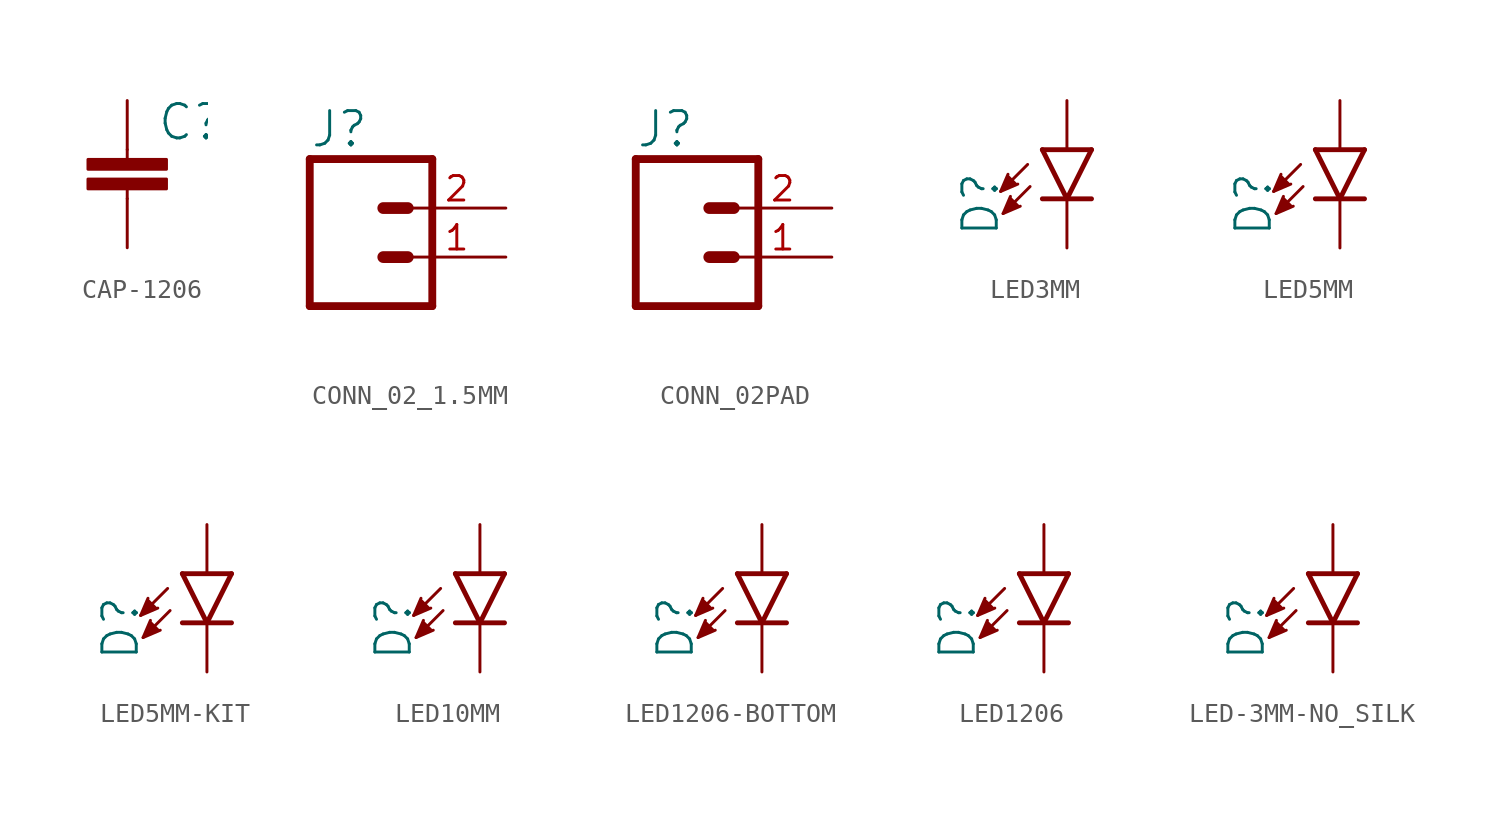
<source format=kicad_sym>
(kicad_symbol_lib
  (version 20231120)
  (generator "kicad_symbol_editor")
  (generator_version "8.0")
  (symbol "CAP-1206"
    (property "Reference" "C"
      (at 1.524 2.921 0)
      (effects (font (size 1.778 1.778)) (justify left bottom)))
    (property "Value" ""
      (at 1.524 -2.159 0)
      (effects (font (size 1.778 1.778)) (justify left bottom)))
    (property "ki_locked" ""
      (at 0 0 0)
      (effects (font (size 1.27 1.27))))
    (symbol "CAP-1206_1_0"
      (rectangle (start -2.032 0.508) (end 2.032 1.016) (stroke (width 0) (type default)) (fill (type outline)))
      (rectangle (start -2.032 1.524) (end 2.032 2.032) (stroke (width 0) (type default)) (fill (type outline)))
      (polyline (pts (xy 0 0) (xy 0 0.508)) (stroke (width 0.152) (type solid)) (fill (type none)))
      (polyline (pts (xy 0 2.54) (xy 0 2.032)) (stroke (width 0.152) (type solid)) (fill (type none)))
      (pin passive line (at 0 5.08 270) (length 2.54) (name "1" (effects (font (size 0 0)))) (number "1" (effects (font (size 0 0)))))
      (pin passive line (at 0 -2.54 90) (length 2.54) (name "2" (effects (font (size 0 0)))) (number "2" (effects (font (size 0 0)))))))
  (symbol "CONN_02_1.5MM"
    (property "Reference" "J"
      (at -2.54 5.588 0)
      (effects (font (size 1.778 1.778)) (justify left bottom)))
    (property "Value" ""
      (at -2.54 -4.826 0)
      (effects (font (size 1.778 1.778)) (justify left bottom)))
    (property "ki_locked" ""
      (at 0 0 0)
      (effects (font (size 1.27 1.27))))
    (symbol "CONN_02_1.5MM_1_0"
      (polyline (pts (xy -2.54 5.08) (xy -2.54 -2.54)) (stroke (width 0.406) (type solid)) (fill (type none)))
      (polyline (pts (xy -2.54 5.08) (xy 3.81 5.08)) (stroke (width 0.406) (type solid)) (fill (type none)))
      (polyline (pts (xy 1.27 0) (xy 2.54 0)) (stroke (width 0.61) (type solid)) (fill (type none)))
      (polyline (pts (xy 1.27 2.54) (xy 2.54 2.54)) (stroke (width 0.61) (type solid)) (fill (type none)))
      (polyline (pts (xy 3.81 -2.54) (xy -2.54 -2.54)) (stroke (width 0.406) (type solid)) (fill (type none)))
      (polyline (pts (xy 3.81 -2.54) (xy 3.81 5.08)) (stroke (width 0.406) (type solid)) (fill (type none)))
      (pin passive line (at 7.62 0 180) (length 5.08) (name "1" (effects (font (size 0 0)))) (number "1" (effects (font (size 1.27 1.27)))))
      (pin passive line (at 7.62 2.54 180) (length 5.08) (name "2" (effects (font (size 0 0)))) (number "2" (effects (font (size 1.27 1.27)))))))
  (symbol "CONN_02PAD"
    (property "Reference" "J"
      (at -2.54 5.588 0)
      (effects (font (size 1.778 1.778)) (justify left bottom)))
    (property "Value" ""
      (at -2.54 -4.826 0)
      (effects (font (size 1.778 1.778)) (justify left bottom)))
    (property "ki_locked" ""
      (at 0 0 0)
      (effects (font (size 1.27 1.27))))
    (symbol "CONN_02PAD_1_0"
      (polyline (pts (xy -2.54 5.08) (xy -2.54 -2.54)) (stroke (width 0.406) (type solid)) (fill (type none)))
      (polyline (pts (xy -2.54 5.08) (xy 3.81 5.08)) (stroke (width 0.406) (type solid)) (fill (type none)))
      (polyline (pts (xy 1.27 0) (xy 2.54 0)) (stroke (width 0.61) (type solid)) (fill (type none)))
      (polyline (pts (xy 1.27 2.54) (xy 2.54 2.54)) (stroke (width 0.61) (type solid)) (fill (type none)))
      (polyline (pts (xy 3.81 -2.54) (xy -2.54 -2.54)) (stroke (width 0.406) (type solid)) (fill (type none)))
      (polyline (pts (xy 3.81 -2.54) (xy 3.81 5.08)) (stroke (width 0.406) (type solid)) (fill (type none)))
      (pin passive line (at 7.62 0 180) (length 5.08) (name "1" (effects (font (size 0 0)))) (number "1" (effects (font (size 1.27 1.27)))))
      (pin passive line (at 7.62 2.54 180) (length 5.08) (name "2" (effects (font (size 0 0)))) (number "2" (effects (font (size 1.27 1.27)))))))
  (symbol "LED3MM"
    (property "Reference" "D"
      (at -3.429 -4.572 90)
      (effects (font (size 1.778 1.778)) (justify left bottom)))
    (property "Value" ""
      (at 1.905 -4.572 90)
      (effects (font (size 1.778 1.778)) (justify left top)))
    (property "ki_locked" ""
      (at 0 0 0)
      (effects (font (size 1.27 1.27))))
    (symbol "LED3MM_1_0"
      (polyline (pts (xy -2.032 -0.762) (xy -3.429 -2.159)) (stroke (width 0.152) (type solid)) (fill (type none)))
      (polyline (pts (xy -1.905 -1.905) (xy -3.302 -3.302)) (stroke (width 0.152) (type solid)) (fill (type none)))
      (polyline (pts (xy 0 -2.54) (xy -1.27 -2.54)) (stroke (width 0.254) (type solid)) (fill (type none)))
      (polyline (pts (xy 0 -2.54) (xy -1.27 0)) (stroke (width 0.254) (type solid)) (fill (type none)))
      (polyline (pts (xy 1.27 -2.54) (xy 0 -2.54)) (stroke (width 0.254) (type solid)) (fill (type none)))
      (polyline (pts (xy 1.27 0) (xy -1.27 0)) (stroke (width 0.254) (type solid)) (fill (type none)))
      (polyline (pts (xy 1.27 0) (xy 0 -2.54)) (stroke (width 0.254) (type solid)) (fill (type none)))
      (polyline (pts (xy -3.048 -1.27) (xy -3.429 -2.159) (xy -2.54 -1.778)) (stroke (width 0.152) (type solid)) (fill (type outline)))
      (polyline (pts (xy -2.921 -2.413) (xy -3.302 -3.302) (xy -2.413 -2.921)) (stroke (width 0.152) (type solid)) (fill (type outline)))
      (pin passive line (at 0 2.54 270) (length 2.54) (name "A" (effects (font (size 0 0)))) (number "A" (effects (font (size 0 0)))))
      (pin passive line (at 0 -5.08 90) (length 2.54) (name "C" (effects (font (size 0 0)))) (number "K" (effects (font (size 0 0)))))))
  (symbol "LED5MM"
    (property "Reference" "D"
      (at -3.429 -4.572 90)
      (effects (font (size 1.778 1.778)) (justify left bottom)))
    (property "Value" ""
      (at 1.905 -4.572 90)
      (effects (font (size 1.778 1.778)) (justify left top)))
    (property "ki_locked" ""
      (at 0 0 0)
      (effects (font (size 1.27 1.27))))
    (symbol "LED5MM_1_0"
      (polyline (pts (xy -2.032 -0.762) (xy -3.429 -2.159)) (stroke (width 0.152) (type solid)) (fill (type none)))
      (polyline (pts (xy -1.905 -1.905) (xy -3.302 -3.302)) (stroke (width 0.152) (type solid)) (fill (type none)))
      (polyline (pts (xy 0 -2.54) (xy -1.27 -2.54)) (stroke (width 0.254) (type solid)) (fill (type none)))
      (polyline (pts (xy 0 -2.54) (xy -1.27 0)) (stroke (width 0.254) (type solid)) (fill (type none)))
      (polyline (pts (xy 1.27 -2.54) (xy 0 -2.54)) (stroke (width 0.254) (type solid)) (fill (type none)))
      (polyline (pts (xy 1.27 0) (xy -1.27 0)) (stroke (width 0.254) (type solid)) (fill (type none)))
      (polyline (pts (xy 1.27 0) (xy 0 -2.54)) (stroke (width 0.254) (type solid)) (fill (type none)))
      (polyline (pts (xy -3.048 -1.27) (xy -3.429 -2.159) (xy -2.54 -1.778)) (stroke (width 0.152) (type solid)) (fill (type outline)))
      (polyline (pts (xy -2.921 -2.413) (xy -3.302 -3.302) (xy -2.413 -2.921)) (stroke (width 0.152) (type solid)) (fill (type outline)))
      (pin passive line (at 0 2.54 270) (length 2.54) (name "A" (effects (font (size 0 0)))) (number "A" (effects (font (size 0 0)))))
      (pin passive line (at 0 -5.08 90) (length 2.54) (name "C" (effects (font (size 0 0)))) (number "K" (effects (font (size 0 0)))))))
  (symbol "LED5MM-KIT"
    (property "Reference" "D"
      (at -3.429 -4.572 90)
      (effects (font (size 1.778 1.778)) (justify left bottom)))
    (property "Value" ""
      (at 1.905 -4.572 90)
      (effects (font (size 1.778 1.778)) (justify left top)))
    (property "ki_locked" ""
      (at 0 0 0)
      (effects (font (size 1.27 1.27))))
    (symbol "LED5MM-KIT_1_0"
      (polyline (pts (xy -2.032 -0.762) (xy -3.429 -2.159)) (stroke (width 0.152) (type solid)) (fill (type none)))
      (polyline (pts (xy -1.905 -1.905) (xy -3.302 -3.302)) (stroke (width 0.152) (type solid)) (fill (type none)))
      (polyline (pts (xy 0 -2.54) (xy -1.27 -2.54)) (stroke (width 0.254) (type solid)) (fill (type none)))
      (polyline (pts (xy 0 -2.54) (xy -1.27 0)) (stroke (width 0.254) (type solid)) (fill (type none)))
      (polyline (pts (xy 1.27 -2.54) (xy 0 -2.54)) (stroke (width 0.254) (type solid)) (fill (type none)))
      (polyline (pts (xy 1.27 0) (xy -1.27 0)) (stroke (width 0.254) (type solid)) (fill (type none)))
      (polyline (pts (xy 1.27 0) (xy 0 -2.54)) (stroke (width 0.254) (type solid)) (fill (type none)))
      (polyline (pts (xy -3.048 -1.27) (xy -3.429 -2.159) (xy -2.54 -1.778)) (stroke (width 0.152) (type solid)) (fill (type outline)))
      (polyline (pts (xy -2.921 -2.413) (xy -3.302 -3.302) (xy -2.413 -2.921)) (stroke (width 0.152) (type solid)) (fill (type outline)))
      (pin passive line (at 0 2.54 270) (length 2.54) (name "A" (effects (font (size 0 0)))) (number "A" (effects (font (size 0 0)))))
      (pin passive line (at 0 -5.08 90) (length 2.54) (name "C" (effects (font (size 0 0)))) (number "K" (effects (font (size 0 0)))))))
  (symbol "LED10MM"
    (property "Reference" "D"
      (at -3.429 -4.572 90)
      (effects (font (size 1.778 1.778)) (justify left bottom)))
    (property "Value" ""
      (at 1.905 -4.572 90)
      (effects (font (size 1.778 1.778)) (justify left top)))
    (property "ki_locked" ""
      (at 0 0 0)
      (effects (font (size 1.27 1.27))))
    (symbol "LED10MM_1_0"
      (polyline (pts (xy -2.032 -0.762) (xy -3.429 -2.159)) (stroke (width 0.152) (type solid)) (fill (type none)))
      (polyline (pts (xy -1.905 -1.905) (xy -3.302 -3.302)) (stroke (width 0.152) (type solid)) (fill (type none)))
      (polyline (pts (xy 0 -2.54) (xy -1.27 -2.54)) (stroke (width 0.254) (type solid)) (fill (type none)))
      (polyline (pts (xy 0 -2.54) (xy -1.27 0)) (stroke (width 0.254) (type solid)) (fill (type none)))
      (polyline (pts (xy 1.27 -2.54) (xy 0 -2.54)) (stroke (width 0.254) (type solid)) (fill (type none)))
      (polyline (pts (xy 1.27 0) (xy -1.27 0)) (stroke (width 0.254) (type solid)) (fill (type none)))
      (polyline (pts (xy 1.27 0) (xy 0 -2.54)) (stroke (width 0.254) (type solid)) (fill (type none)))
      (polyline (pts (xy -3.048 -1.27) (xy -3.429 -2.159) (xy -2.54 -1.778)) (stroke (width 0.152) (type solid)) (fill (type outline)))
      (polyline (pts (xy -2.921 -2.413) (xy -3.302 -3.302) (xy -2.413 -2.921)) (stroke (width 0.152) (type solid)) (fill (type outline)))
      (pin passive line (at 0 2.54 270) (length 2.54) (name "A" (effects (font (size 0 0)))) (number "A" (effects (font (size 0 0)))))
      (pin passive line (at 0 -5.08 90) (length 2.54) (name "C" (effects (font (size 0 0)))) (number "C" (effects (font (size 0 0)))))))
  (symbol "LED1206-BOTTOM"
    (property "Reference" "D"
      (at -3.429 -4.572 90)
      (effects (font (size 1.778 1.778)) (justify left bottom)))
    (property "Value" ""
      (at 1.905 -4.572 90)
      (effects (font (size 1.778 1.778)) (justify left top)))
    (property "ki_locked" ""
      (at 0 0 0)
      (effects (font (size 1.27 1.27))))
    (symbol "LED1206-BOTTOM_1_0"
      (polyline (pts (xy -2.032 -0.762) (xy -3.429 -2.159)) (stroke (width 0.152) (type solid)) (fill (type none)))
      (polyline (pts (xy -1.905 -1.905) (xy -3.302 -3.302)) (stroke (width 0.152) (type solid)) (fill (type none)))
      (polyline (pts (xy 0 -2.54) (xy -1.27 -2.54)) (stroke (width 0.254) (type solid)) (fill (type none)))
      (polyline (pts (xy 0 -2.54) (xy -1.27 0)) (stroke (width 0.254) (type solid)) (fill (type none)))
      (polyline (pts (xy 1.27 -2.54) (xy 0 -2.54)) (stroke (width 0.254) (type solid)) (fill (type none)))
      (polyline (pts (xy 1.27 0) (xy -1.27 0)) (stroke (width 0.254) (type solid)) (fill (type none)))
      (polyline (pts (xy 1.27 0) (xy 0 -2.54)) (stroke (width 0.254) (type solid)) (fill (type none)))
      (polyline (pts (xy -3.048 -1.27) (xy -3.429 -2.159) (xy -2.54 -1.778)) (stroke (width 0.152) (type solid)) (fill (type outline)))
      (polyline (pts (xy -2.921 -2.413) (xy -3.302 -3.302) (xy -2.413 -2.921)) (stroke (width 0.152) (type solid)) (fill (type outline)))
      (pin passive line (at 0 2.54 270) (length 2.54) (name "A" (effects (font (size 0 0)))) (number "A" (effects (font (size 0 0)))))
      (pin passive line (at 0 -5.08 90) (length 2.54) (name "C" (effects (font (size 0 0)))) (number "C" (effects (font (size 0 0)))))))
  (symbol "LED1206"
    (property "Reference" "D"
      (at -3.429 -4.572 90)
      (effects (font (size 1.778 1.778)) (justify left bottom)))
    (property "Value" ""
      (at 1.905 -4.572 90)
      (effects (font (size 1.778 1.778)) (justify left top)))
    (property "ki_locked" ""
      (at 0 0 0)
      (effects (font (size 1.27 1.27))))
    (symbol "LED1206_1_0"
      (polyline (pts (xy -2.032 -0.762) (xy -3.429 -2.159)) (stroke (width 0.152) (type solid)) (fill (type none)))
      (polyline (pts (xy -1.905 -1.905) (xy -3.302 -3.302)) (stroke (width 0.152) (type solid)) (fill (type none)))
      (polyline (pts (xy 0 -2.54) (xy -1.27 -2.54)) (stroke (width 0.254) (type solid)) (fill (type none)))
      (polyline (pts (xy 0 -2.54) (xy -1.27 0)) (stroke (width 0.254) (type solid)) (fill (type none)))
      (polyline (pts (xy 1.27 -2.54) (xy 0 -2.54)) (stroke (width 0.254) (type solid)) (fill (type none)))
      (polyline (pts (xy 1.27 0) (xy -1.27 0)) (stroke (width 0.254) (type solid)) (fill (type none)))
      (polyline (pts (xy 1.27 0) (xy 0 -2.54)) (stroke (width 0.254) (type solid)) (fill (type none)))
      (polyline (pts (xy -3.048 -1.27) (xy -3.429 -2.159) (xy -2.54 -1.778)) (stroke (width 0.152) (type solid)) (fill (type outline)))
      (polyline (pts (xy -2.921 -2.413) (xy -3.302 -3.302) (xy -2.413 -2.921)) (stroke (width 0.152) (type solid)) (fill (type outline)))
      (pin passive line (at 0 2.54 270) (length 2.54) (name "A" (effects (font (size 0 0)))) (number "A" (effects (font (size 0 0)))))
      (pin passive line (at 0 -5.08 90) (length 2.54) (name "C" (effects (font (size 0 0)))) (number "C" (effects (font (size 0 0)))))))
  (symbol "LED-3MM-NO_SILK"
    (property "Reference" "D"
      (at -3.429 -4.572 90)
      (effects (font (size 1.778 1.778)) (justify left bottom)))
    (property "Value" ""
      (at 1.905 -4.572 90)
      (effects (font (size 1.778 1.778)) (justify left top)))
    (property "ki_locked" ""
      (at 0 0 0)
      (effects (font (size 1.27 1.27))))
    (symbol "LED-3MM-NO_SILK_1_0"
      (polyline (pts (xy -2.032 -0.762) (xy -3.429 -2.159)) (stroke (width 0.152) (type solid)) (fill (type none)))
      (polyline (pts (xy -1.905 -1.905) (xy -3.302 -3.302)) (stroke (width 0.152) (type solid)) (fill (type none)))
      (polyline (pts (xy 0 -2.54) (xy -1.27 -2.54)) (stroke (width 0.254) (type solid)) (fill (type none)))
      (polyline (pts (xy 0 -2.54) (xy -1.27 0)) (stroke (width 0.254) (type solid)) (fill (type none)))
      (polyline (pts (xy 1.27 -2.54) (xy 0 -2.54)) (stroke (width 0.254) (type solid)) (fill (type none)))
      (polyline (pts (xy 1.27 0) (xy -1.27 0)) (stroke (width 0.254) (type solid)) (fill (type none)))
      (polyline (pts (xy 1.27 0) (xy 0 -2.54)) (stroke (width 0.254) (type solid)) (fill (type none)))
      (polyline (pts (xy -3.048 -1.27) (xy -3.429 -2.159) (xy -2.54 -1.778)) (stroke (width 0.152) (type solid)) (fill (type outline)))
      (polyline (pts (xy -2.921 -2.413) (xy -3.302 -3.302) (xy -2.413 -2.921)) (stroke (width 0.152) (type solid)) (fill (type outline)))
      (pin passive line (at 0 2.54 270) (length 2.54) (name "A" (effects (font (size 0 0)))) (number "A" (effects (font (size 0 0)))))
      (pin passive line (at 0 -5.08 90) (length 2.54) (name "C" (effects (font (size 0 0)))) (number "K" (effects (font (size 0 0))))))))
</source>
